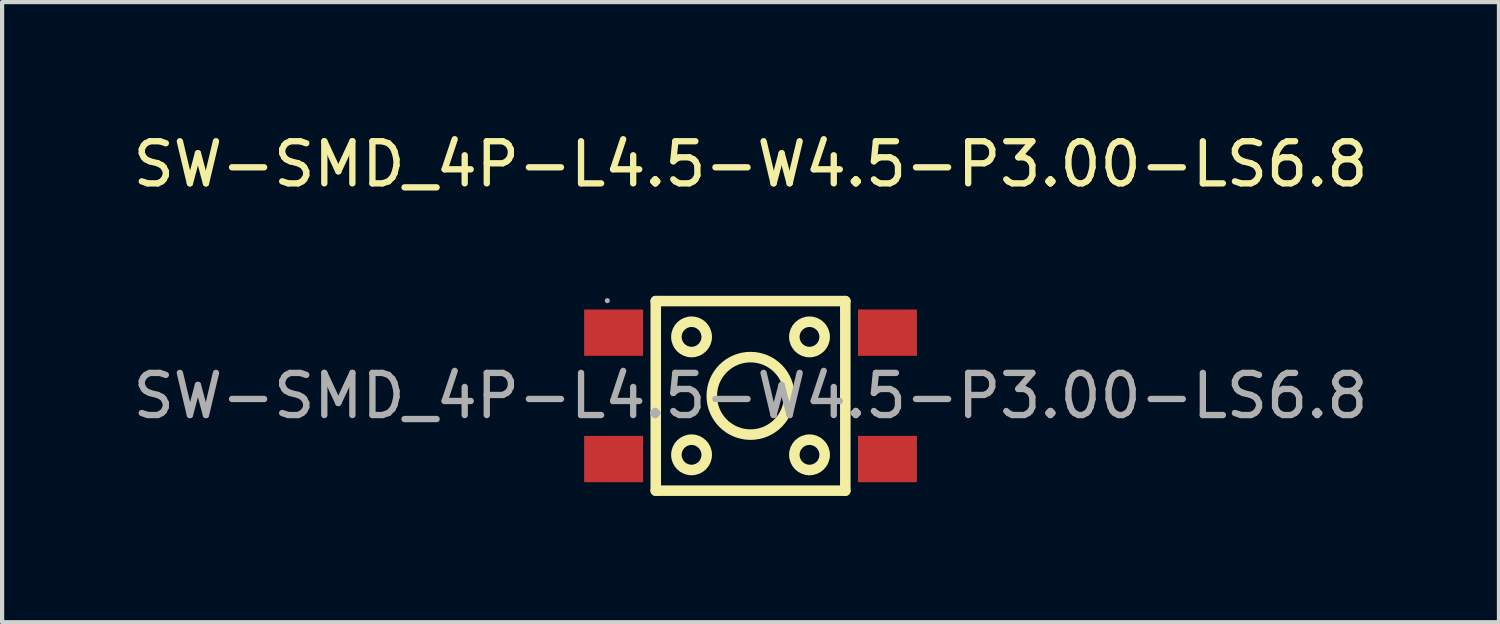
<source format=kicad_pcb>
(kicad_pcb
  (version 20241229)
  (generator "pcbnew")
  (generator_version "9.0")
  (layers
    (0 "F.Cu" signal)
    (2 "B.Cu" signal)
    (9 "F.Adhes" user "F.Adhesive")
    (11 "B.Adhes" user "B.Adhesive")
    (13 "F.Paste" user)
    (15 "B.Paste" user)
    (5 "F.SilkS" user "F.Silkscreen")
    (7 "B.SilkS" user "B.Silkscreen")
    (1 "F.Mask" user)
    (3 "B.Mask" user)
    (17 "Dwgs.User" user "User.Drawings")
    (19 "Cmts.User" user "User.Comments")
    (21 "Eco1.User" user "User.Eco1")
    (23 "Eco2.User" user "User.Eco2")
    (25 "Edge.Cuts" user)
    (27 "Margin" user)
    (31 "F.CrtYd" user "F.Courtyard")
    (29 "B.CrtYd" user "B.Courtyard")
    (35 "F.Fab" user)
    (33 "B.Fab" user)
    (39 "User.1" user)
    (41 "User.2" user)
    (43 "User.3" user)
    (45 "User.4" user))
  (footprint "SW-SMD_4P-L4.5-W4.5-P3.00-LS6.8"
    (layer "F.Cu")
    (at 14.768 6.348)
    (property "Reference" "SW-SMD_4P-L4.5-W4.5-P3.00-LS6.8" (at 0 -5.5 0) (layer "F.SilkS") (effects (font (size 1 1) (thickness 0.15))))
    (attr smd)
    (fp_line (start -2.25 -2.25) (end 2.25 -2.25) (stroke (width 0.25) (type solid)) (layer "F.SilkS"))
    (fp_line (start -2.25 2.25) (end -2.25 -2.25) (stroke (width 0.25) (type solid)) (layer "F.SilkS"))
    (fp_line (start 2.25 -2.25) (end 2.25 2.25) (stroke (width 0.25) (type solid)) (layer "F.SilkS"))
    (fp_line (start 2.25 2.25) (end -2.25 2.25) (stroke (width 0.25) (type solid)) (layer "F.SilkS"))
    (fp_circle (center -1.4 -1.4) (end -1.04 -1.4) (stroke (width 0.25) (type solid)) (fill no) (layer "F.SilkS"))
    (fp_circle (center -1.4 1.4) (end -1.04 1.4) (stroke (width 0.25) (type solid)) (fill no) (layer "F.SilkS"))
    (fp_circle (center 0 0) (end 0.92 0) (stroke (width 0.25) (type solid)) (fill no) (layer "F.SilkS"))
    (fp_circle (center 1.4 -1.4) (end 1.76 -1.4) (stroke (width 0.25) (type solid)) (fill no) (layer "F.SilkS"))
    (fp_circle (center 1.4 1.4) (end 1.76 1.4) (stroke (width 0.25) (type solid)) (fill no) (layer "F.SilkS"))
    (fp_circle (center -3.4 -2.26) (end -3.37 -2.26) (stroke (width 0.06) (type solid)) (fill no) (layer "F.Fab"))
    (fp_text user "${REFERENCE}" (at 0 0 0) (layer "F.Fab") (effects (font (size 1 1) (thickness 0.15))))
    (pad "1" smd rect (at -3.25 -1.5) (size 1.4 1.1) (layers "F.Cu" "F.Mask" "F.Paste"))
    (pad "2" smd rect (at 3.25 -1.5) (size 1.4 1.1) (layers "F.Cu" "F.Mask" "F.Paste"))
    (pad "3" smd rect (at -3.25 1.5) (size 1.4 1.1) (layers "F.Cu" "F.Mask" "F.Paste"))
    (pad "4" smd rect (at 3.25 1.5) (size 1.4 1.1) (layers "F.Cu" "F.Mask" "F.Paste")))
  (gr_rect
    (start -3 -3)
    (end 32.536 11.723)
    (stroke (width 0.1) (type default))
    (fill no)
    (layer "Edge.Cuts")))
</source>
